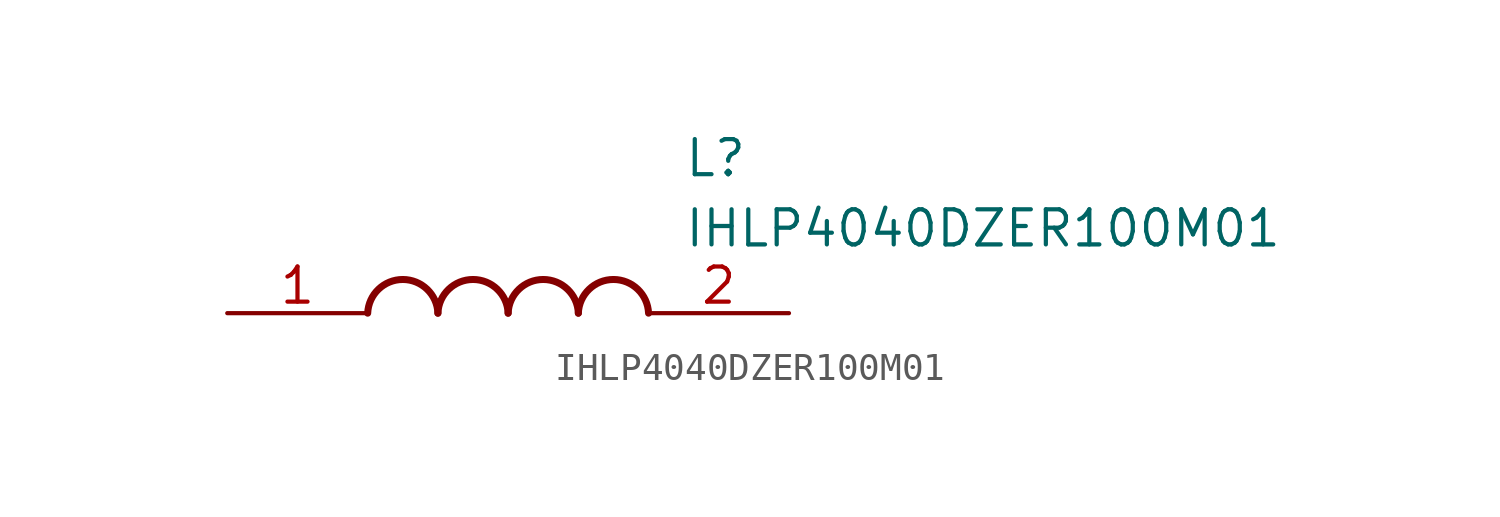
<source format=kicad_sym>
(kicad_symbol_lib
  (version 20211014)
  (generator SamacSys_ECAD_Model)
  (symbol "IHLP4040DZER100M01"
    (pin_names hide)
    (property "Reference" "L"
      (at 16.51 6.35 0)
      (effects (font (size 1.27 1.27)) (justify left top)))
    (property "Value" "IHLP4040DZER100M01"
      (at 16.51 3.81 0)
      (effects (font (size 1.27 1.27)) (justify left top)))
    (arc
      (start 7.62 0)
      (mid 6.35 1.219)
      (end 5.08 0)
      (stroke (width 0.254) (type default))
      (fill (type none)))
    (arc
      (start 10.16 0)
      (mid 8.89 1.219)
      (end 7.62 0)
      (stroke (width 0.254) (type default))
      (fill (type none)))
    (arc
      (start 12.7 0)
      (mid 11.43 1.219)
      (end 10.16 0)
      (stroke (width 0.254) (type default))
      (fill (type none)))
    (arc
      (start 15.24 0)
      (mid 13.97 1.219)
      (end 12.7 0)
      (stroke (width 0.254) (type default))
      (fill (type none)))
    (pin passive line
      (at 0 0 0)
      (length 5.08)
      (name "1" (effects (font (size 1.27 1.27))))
      (number "1" (effects (font (size 1.27 1.27)))))
    (pin passive line
      (at 20.32 0 180)
      (length 5.08)
      (name "2" (effects (font (size 1.27 1.27))))
      (number "2" (effects (font (size 1.27 1.27)))))))
</source>
